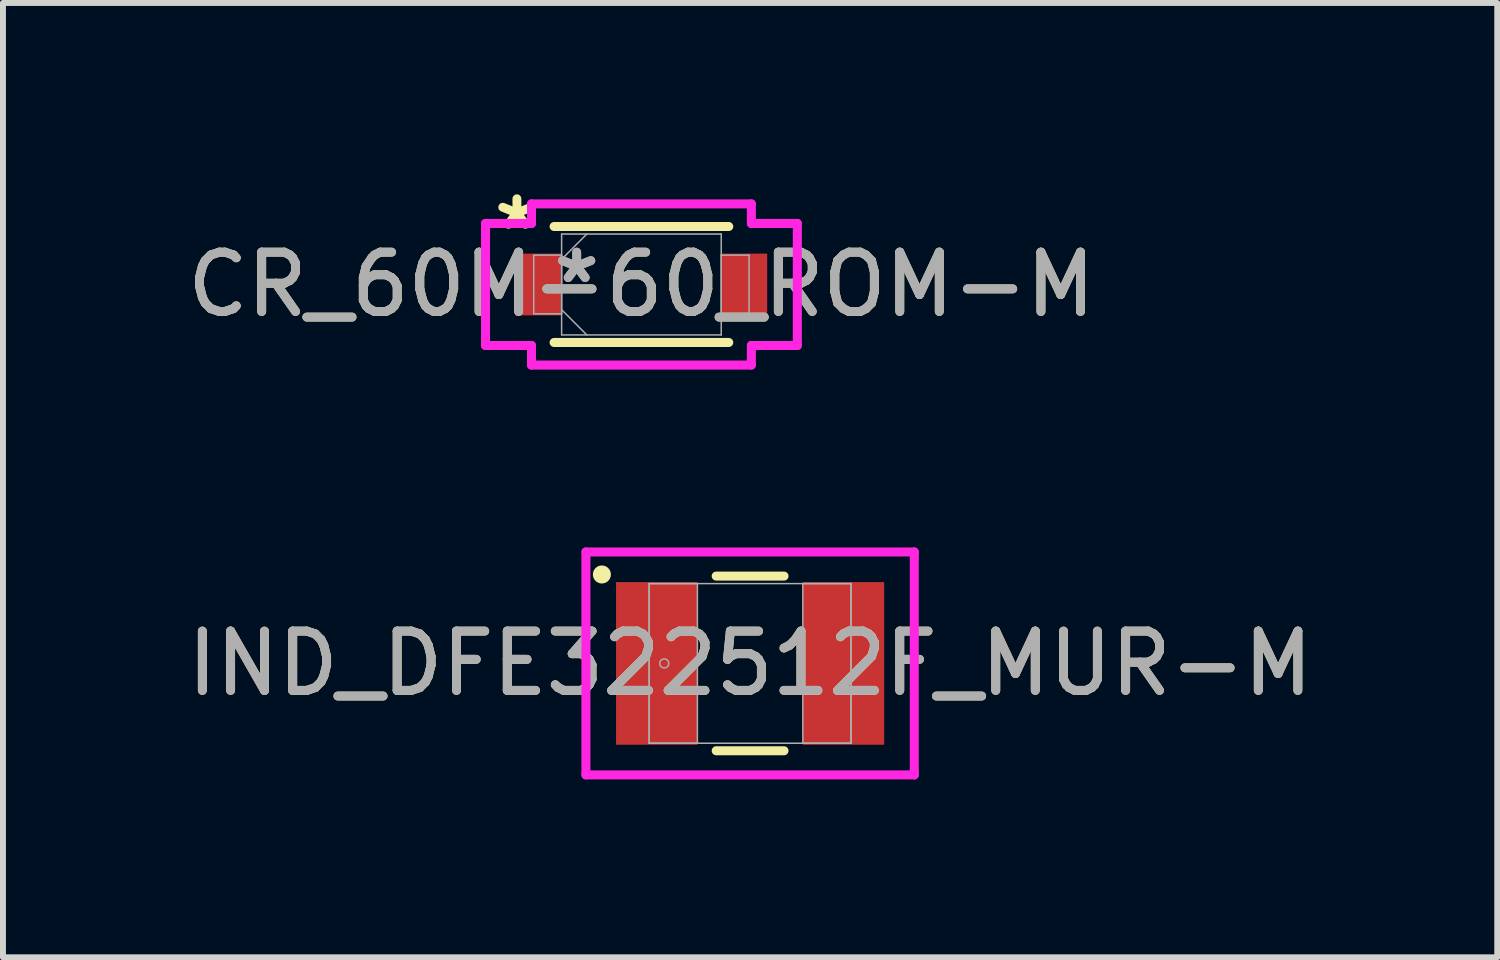
<source format=kicad_pcb>
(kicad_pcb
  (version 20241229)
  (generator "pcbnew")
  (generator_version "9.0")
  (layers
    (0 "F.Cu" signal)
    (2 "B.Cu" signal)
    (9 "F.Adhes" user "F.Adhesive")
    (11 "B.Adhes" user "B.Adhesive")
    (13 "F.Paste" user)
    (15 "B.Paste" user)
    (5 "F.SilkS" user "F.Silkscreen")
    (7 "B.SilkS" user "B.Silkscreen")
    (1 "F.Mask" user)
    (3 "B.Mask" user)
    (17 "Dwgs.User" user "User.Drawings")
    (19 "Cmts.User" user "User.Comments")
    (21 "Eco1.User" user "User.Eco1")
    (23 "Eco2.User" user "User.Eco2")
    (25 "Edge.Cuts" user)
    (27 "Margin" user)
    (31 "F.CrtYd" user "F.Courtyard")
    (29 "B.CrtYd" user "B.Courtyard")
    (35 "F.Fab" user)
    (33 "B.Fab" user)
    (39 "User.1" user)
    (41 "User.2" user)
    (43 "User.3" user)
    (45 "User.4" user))
  (footprint "IND_DFE322512F_MUR-M"
    (layer "F.Cu")
    (at 9.601 8.139)
    (property "Reference" "IND_DFE322512F_MUR-M" (at 0 0 0) (unlocked yes) (layer "F.SilkS") (effects (font (size 1 1) (thickness 0.15))))
    (attr smd)
    (fp_line (start -0.572 1.473) (end 0.572 1.473) (stroke (width 0.152) (type solid)) (layer "F.SilkS"))
    (fp_line (start 0.572 -1.473) (end -0.572 -1.473) (stroke (width 0.152) (type solid)) (layer "F.SilkS"))
    (fp_circle (center -2.5 -1.5) (end -2.424 -1.5) (stroke (width 0.152) (type solid)) (fill no) (layer "F.SilkS"))
    (fp_line (start -2.769 -1.88) (end 2.769 -1.88) (stroke (width 0.152) (type solid)) (layer "F.CrtYd"))
    (fp_line (start -2.769 1.88) (end -2.769 -1.88) (stroke (width 0.152) (type solid)) (layer "F.CrtYd"))
    (fp_line (start 2.769 -1.88) (end 2.769 1.88) (stroke (width 0.152) (type solid)) (layer "F.CrtYd"))
    (fp_line (start 2.769 1.88) (end -2.769 1.88) (stroke (width 0.152) (type solid)) (layer "F.CrtYd"))
    (fp_line (start -1.702 -1.346) (end -1.702 1.346) (stroke (width 0.025) (type solid)) (layer "F.Fab"))
    (fp_line (start -1.702 -1.346) (end -1.702 1.346) (stroke (width 0.025) (type solid)) (layer "F.Fab"))
    (fp_line (start -1.702 1.346) (end -0.889 1.346) (stroke (width 0.025) (type solid)) (layer "F.Fab"))
    (fp_line (start -1.702 1.346) (end 1.702 1.346) (stroke (width 0.025) (type solid)) (layer "F.Fab"))
    (fp_line (start -0.889 -1.346) (end -1.702 -1.346) (stroke (width 0.025) (type solid)) (layer "F.Fab"))
    (fp_line (start -0.889 1.346) (end -0.889 -1.346) (stroke (width 0.025) (type solid)) (layer "F.Fab"))
    (fp_line (start 0.889 -1.346) (end 0.889 1.346) (stroke (width 0.025) (type solid)) (layer "F.Fab"))
    (fp_line (start 0.889 1.346) (end 1.702 1.346) (stroke (width 0.025) (type solid)) (layer "F.Fab"))
    (fp_line (start 1.702 -1.346) (end -1.702 -1.346) (stroke (width 0.025) (type solid)) (layer "F.Fab"))
    (fp_line (start 1.702 -1.346) (end 0.889 -1.346) (stroke (width 0.025) (type solid)) (layer "F.Fab"))
    (fp_line (start 1.702 1.346) (end 1.702 -1.346) (stroke (width 0.025) (type solid)) (layer "F.Fab"))
    (fp_line (start 1.702 1.346) (end 1.702 -1.346) (stroke (width 0.025) (type solid)) (layer "F.Fab"))
    (fp_circle (center -1.448 0) (end -1.372 0) (stroke (width 0.025) (type solid)) (fill no) (layer "F.Fab"))
    (fp_text user "${REFERENCE}" (at 0 0 0) (unlocked yes) (layer "F.Fab") (effects (font (size 1 1) (thickness 0.15))))
    (pad "1" smd rect (at -1.575 0) (size 1.372 2.743) (layers "F.Cu" "F.Mask" "F.Paste"))
    (pad "2" smd rect (at 1.575 0) (size 1.372 2.743) (layers "F.Cu" "F.Mask" "F.Paste"))
    (zone (net_name "") (layer "F.Cu") (hatch full 0.508) (connect_pads) (min_thickness 0.254) (filled_areas_thickness no) (keepout (tracks not_allowed) (vias not_allowed) (pads allowed) (copperpour not_allowed) (footprints allowed)) (placement (enabled no)) (fill) (polygon (pts (xy 8.763 6.844) (xy 10.439 6.844) (xy 10.439 9.435) (xy 8.763 9.435)))))
  (footprint "CR_60M-60_ROM-M"
    (layer "F.Cu")
    (at 7.768 1.748)
    (property "Reference" "CR_60M-60_ROM-M" (at 0 0 0) (unlocked yes) (layer "F.SilkS") (effects (font (size 1 1) (thickness 0.15))))
    (attr smd)
    (fp_line (start -1.473 0.978) (end 1.473 0.978) (stroke (width 0.152) (type solid)) (layer "F.SilkS"))
    (fp_line (start 1.473 -0.978) (end -1.473 -0.978) (stroke (width 0.152) (type solid)) (layer "F.SilkS"))
    (fp_line (start -2.629 -1.029) (end -1.854 -1.029) (stroke (width 0.152) (type solid)) (layer "F.CrtYd"))
    (fp_line (start -2.629 1.029) (end -2.629 -1.029) (stroke (width 0.152) (type solid)) (layer "F.CrtYd"))
    (fp_line (start -1.854 -1.359) (end 1.854 -1.359) (stroke (width 0.152) (type solid)) (layer "F.CrtYd"))
    (fp_line (start -1.854 -1.029) (end -1.854 -1.359) (stroke (width 0.152) (type solid)) (layer "F.CrtYd"))
    (fp_line (start -1.854 1.029) (end -2.629 1.029) (stroke (width 0.152) (type solid)) (layer "F.CrtYd"))
    (fp_line (start -1.854 1.359) (end -1.854 1.029) (stroke (width 0.152) (type solid)) (layer "F.CrtYd"))
    (fp_line (start 1.854 -1.359) (end 1.854 -1.029) (stroke (width 0.152) (type solid)) (layer "F.CrtYd"))
    (fp_line (start 1.854 -1.029) (end 2.629 -1.029) (stroke (width 0.152) (type solid)) (layer "F.CrtYd"))
    (fp_line (start 1.854 1.029) (end 1.854 1.359) (stroke (width 0.152) (type solid)) (layer "F.CrtYd"))
    (fp_line (start 1.854 1.359) (end -1.854 1.359) (stroke (width 0.152) (type solid)) (layer "F.CrtYd"))
    (fp_line (start 2.629 -1.029) (end 2.629 1.029) (stroke (width 0.152) (type solid)) (layer "F.CrtYd"))
    (fp_line (start 2.629 1.029) (end 1.854 1.029) (stroke (width 0.152) (type solid)) (layer "F.CrtYd"))
    (fp_line (start -1.816 -0.495) (end -1.816 0.495) (stroke (width 0.025) (type solid)) (layer "F.Fab"))
    (fp_line (start -1.816 0.495) (end -1.346 0.495) (stroke (width 0.025) (type solid)) (layer "F.Fab"))
    (fp_line (start -1.346 -0.851) (end -1.346 0.851) (stroke (width 0.025) (type solid)) (layer "F.Fab"))
    (fp_line (start -1.346 -0.495) (end -1.816 -0.495) (stroke (width 0.025) (type solid)) (layer "F.Fab"))
    (fp_line (start -1.346 -0.425) (end -0.921 -0.851) (stroke (width 0.025) (type solid)) (layer "F.Fab"))
    (fp_line (start -1.346 0.425) (end -0.921 0.851) (stroke (width 0.025) (type solid)) (layer "F.Fab"))
    (fp_line (start -1.346 0.495) (end -1.346 -0.495) (stroke (width 0.025) (type solid)) (layer "F.Fab"))
    (fp_line (start -1.346 0.851) (end 1.346 0.851) (stroke (width 0.025) (type solid)) (layer "F.Fab"))
    (fp_line (start 1.346 -0.851) (end -1.346 -0.851) (stroke (width 0.025) (type solid)) (layer "F.Fab"))
    (fp_line (start 1.346 -0.495) (end 1.346 0.495) (stroke (width 0.025) (type solid)) (layer "F.Fab"))
    (fp_line (start 1.346 0.495) (end 1.816 0.495) (stroke (width 0.025) (type solid)) (layer "F.Fab"))
    (fp_line (start 1.346 0.851) (end 1.346 -0.851) (stroke (width 0.025) (type solid)) (layer "F.Fab"))
    (fp_line (start 1.816 -0.495) (end 1.346 -0.495) (stroke (width 0.025) (type solid)) (layer "F.Fab"))
    (fp_line (start 1.816 0.495) (end 1.816 -0.495) (stroke (width 0.025) (type solid)) (layer "F.Fab"))
    (fp_text user "*" (at -2.1 -0.9 0) (unlocked yes) (layer "F.SilkS") (effects (font (size 1 1) (thickness 0.15))))
    (fp_text user "*" (at -1.092 0 0) (unlocked yes) (layer "F.Fab") (effects (font (size 1 1) (thickness 0.15))))
    (fp_text user "*" (at -1.092 0 0) (layer "F.Fab") (effects (font (size 1 1) (thickness 0.15))))
    (fp_text user "${REFERENCE}" (at 0 0 0) (unlocked yes) (layer "F.Fab") (effects (font (size 1 1) (thickness 0.15))))
    (pad "1" smd rect (at -1.74 0) (size 0.762 1.041) (layers "F.Cu" "F.Mask" "F.Paste"))
    (pad "2" smd rect (at 1.74 0) (size 0.762 1.041) (layers "F.Cu" "F.Mask" "F.Paste"))
    (zone (net_name "") (layer "F.Cu") (hatch full 0.508) (connect_pads) (min_thickness 0.254) (filled_areas_thickness no) (keepout (tracks not_allowed) (vias not_allowed) (pads allowed) (copperpour not_allowed) (footprints allowed)) (placement (enabled no)) (fill) (polygon (pts (xy 6.46 0.948) (xy 9.076 0.948) (xy 9.076 2.548) (xy 6.46 2.548)))))
  (gr_rect
    (start -3 -3)
    (end 22.202 13.095)
    (stroke (width 0.1) (type default))
    (fill no)
    (layer "Edge.Cuts")))
</source>
